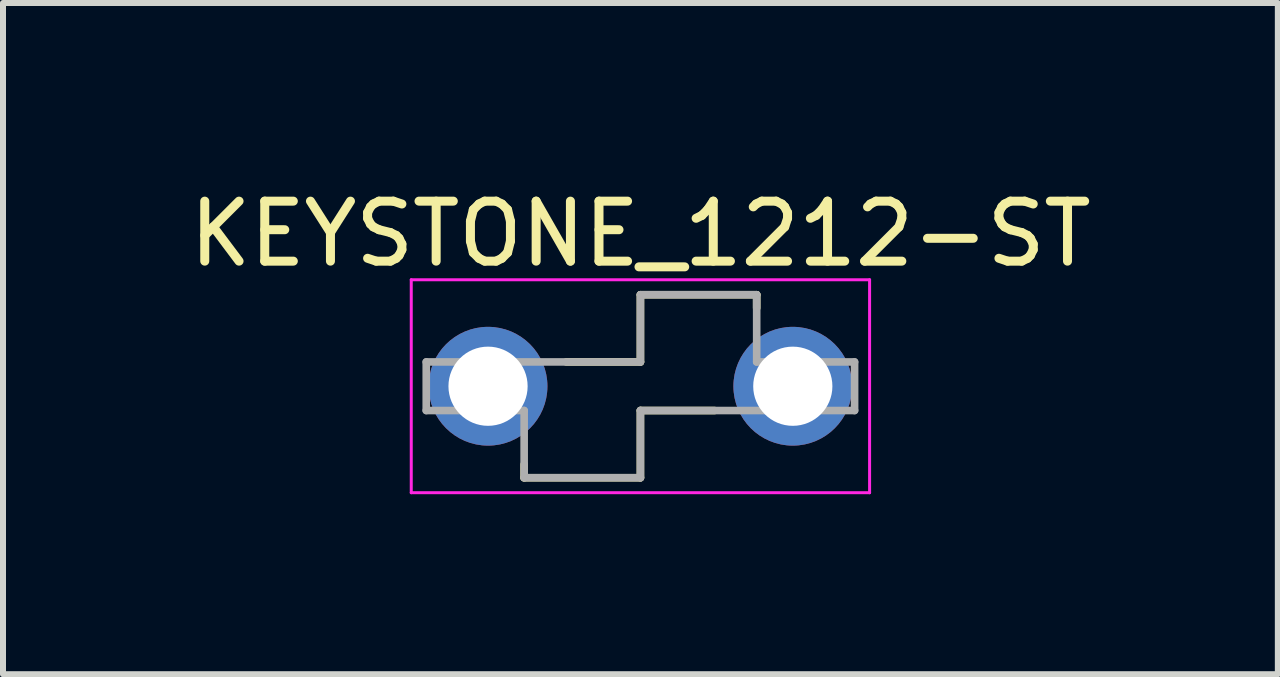
<source format=kicad_pcb>
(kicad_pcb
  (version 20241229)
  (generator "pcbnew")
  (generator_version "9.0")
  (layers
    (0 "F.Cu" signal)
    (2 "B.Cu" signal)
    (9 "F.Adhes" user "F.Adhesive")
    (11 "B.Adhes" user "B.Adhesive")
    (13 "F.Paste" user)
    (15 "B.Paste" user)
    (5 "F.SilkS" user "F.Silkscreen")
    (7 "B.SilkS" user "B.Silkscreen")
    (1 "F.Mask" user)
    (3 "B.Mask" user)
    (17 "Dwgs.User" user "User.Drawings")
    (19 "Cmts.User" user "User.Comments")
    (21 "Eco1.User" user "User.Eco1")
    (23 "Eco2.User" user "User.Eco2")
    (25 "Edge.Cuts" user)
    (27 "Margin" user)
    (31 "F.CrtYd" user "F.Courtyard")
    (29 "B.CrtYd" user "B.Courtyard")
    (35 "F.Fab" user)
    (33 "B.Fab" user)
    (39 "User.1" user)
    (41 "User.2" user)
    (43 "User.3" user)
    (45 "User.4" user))
  (footprint "KEYSTONE_1212-ST"
    (layer "F.Cu")
    (at 7.625 3.388)
    (property "Reference" "KEYSTONE_1212-ST" (at 0 -2.54 0) (layer "F.SilkS") (effects (font (size 1 1) (thickness 0.15))))
    (attr through_hole)
    (fp_line (start -1.938 1.525) (end -1.938 1.304) (stroke (width 0.127) (type solid)) (layer "F.SilkS"))
    (fp_line (start -1.236 -0.405) (end 0 -0.405) (stroke (width 0.127) (type solid)) (layer "F.SilkS"))
    (fp_line (start 0 -1.525) (end 1.938 -1.525) (stroke (width 0.127) (type solid)) (layer "F.SilkS"))
    (fp_line (start 0 -0.405) (end 0 -1.525) (stroke (width 0.127) (type solid)) (layer "F.SilkS"))
    (fp_line (start 0 0.405) (end 0 1.525) (stroke (width 0.127) (type solid)) (layer "F.SilkS"))
    (fp_line (start 0 0.405) (end 1.236 0.405) (stroke (width 0.127) (type solid)) (layer "F.SilkS"))
    (fp_line (start 0 1.525) (end -1.938 1.525) (stroke (width 0.127) (type solid)) (layer "F.SilkS"))
    (fp_line (start 1.938 -1.525) (end 1.938 -1.304) (stroke (width 0.127) (type solid)) (layer "F.SilkS"))
    (fp_line (start -3.82 -1.775) (end 3.82 -1.775) (stroke (width 0.05) (type solid)) (layer "F.CrtYd"))
    (fp_line (start -3.82 1.775) (end -3.82 -1.775) (stroke (width 0.05) (type solid)) (layer "F.CrtYd"))
    (fp_line (start 3.82 -1.775) (end 3.82 1.775) (stroke (width 0.05) (type solid)) (layer "F.CrtYd"))
    (fp_line (start 3.82 1.775) (end -3.82 1.775) (stroke (width 0.05) (type solid)) (layer "F.CrtYd"))
    (fp_line (start -3.57 -0.405) (end 0 -0.405) (stroke (width 0.127) (type solid)) (layer "F.Fab"))
    (fp_line (start -3.57 0.405) (end -3.57 -0.405) (stroke (width 0.127) (type solid)) (layer "F.Fab"))
    (fp_line (start -1.938 0.405) (end -3.57 0.405) (stroke (width 0.127) (type solid)) (layer "F.Fab"))
    (fp_line (start -1.938 1.525) (end -1.938 0.405) (stroke (width 0.127) (type solid)) (layer "F.Fab"))
    (fp_line (start 0 -1.525) (end 1.938 -1.525) (stroke (width 0.127) (type solid)) (layer "F.Fab"))
    (fp_line (start 0 -0.405) (end 0 -1.525) (stroke (width 0.127) (type solid)) (layer "F.Fab"))
    (fp_line (start 0 0.405) (end 0 1.525) (stroke (width 0.127) (type solid)) (layer "F.Fab"))
    (fp_line (start 0 1.525) (end -1.938 1.525) (stroke (width 0.127) (type solid)) (layer "F.Fab"))
    (fp_line (start 1.938 -1.525) (end 1.938 -0.405) (stroke (width 0.127) (type solid)) (layer "F.Fab"))
    (fp_line (start 1.938 -0.405) (end 3.57 -0.405) (stroke (width 0.127) (type solid)) (layer "F.Fab"))
    (fp_line (start 3.57 -0.405) (end 3.57 0.405) (stroke (width 0.127) (type solid)) (layer "F.Fab"))
    (fp_line (start 3.57 0.405) (end 0 0.405) (stroke (width 0.127) (type solid)) (layer "F.Fab"))
    (pad "1_1" thru_hole circle (at -2.54 0) (size 1.98 1.98) (drill 1.32) (layers "*.Cu" "*.Mask"))
    (pad "1_2" thru_hole circle (at 2.54 0) (size 1.98 1.98) (drill 1.32) (layers "*.Cu" "*.Mask")))
  (gr_rect
    (start -3 -3)
    (end 18.25 8.188)
    (stroke (width 0.1) (type default))
    (fill no)
    (layer "Edge.Cuts")))
</source>
